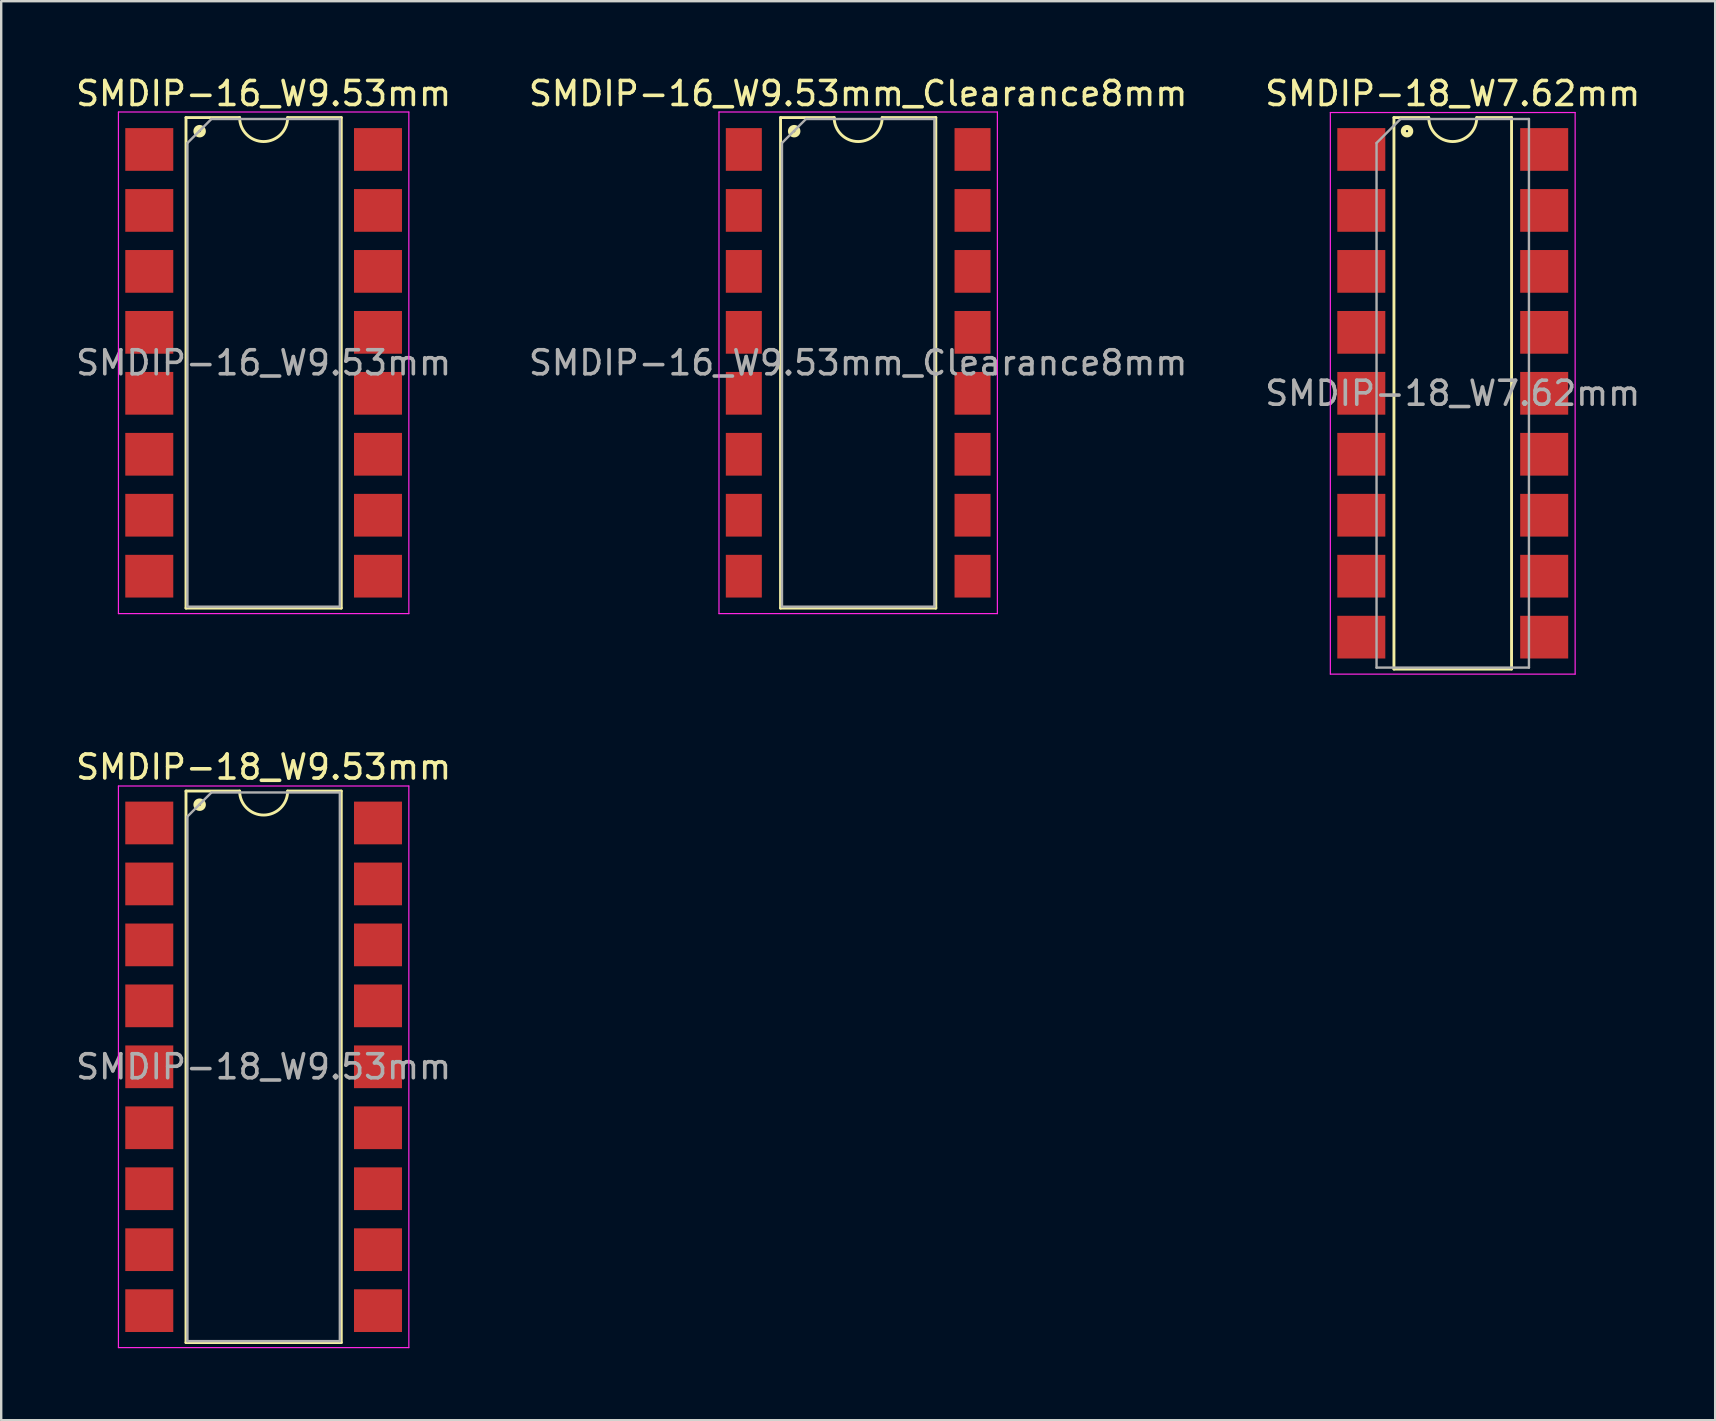
<source format=kicad_pcb>
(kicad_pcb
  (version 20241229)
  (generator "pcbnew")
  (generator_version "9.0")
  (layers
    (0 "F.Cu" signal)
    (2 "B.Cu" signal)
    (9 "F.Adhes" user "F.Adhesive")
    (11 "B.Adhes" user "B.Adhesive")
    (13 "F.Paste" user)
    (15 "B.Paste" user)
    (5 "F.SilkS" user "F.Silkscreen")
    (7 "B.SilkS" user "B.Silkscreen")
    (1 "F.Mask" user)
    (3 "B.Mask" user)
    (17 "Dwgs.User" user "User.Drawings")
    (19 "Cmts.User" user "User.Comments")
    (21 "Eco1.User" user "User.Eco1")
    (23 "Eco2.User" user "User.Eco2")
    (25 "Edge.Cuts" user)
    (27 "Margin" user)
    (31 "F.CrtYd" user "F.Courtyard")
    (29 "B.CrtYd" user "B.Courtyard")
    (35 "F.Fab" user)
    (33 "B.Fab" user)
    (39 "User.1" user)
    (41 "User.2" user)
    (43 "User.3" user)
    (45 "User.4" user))
  (footprint "SMDIP-18_W7.62mm"
    (layer "F.Cu")
    (at 57.482 13.338)
    (property "Reference" "SMDIP-18_W7.62mm" (at 0 -12.49 0) (layer "F.SilkS") (effects (font (size 1 1) (thickness 0.15))))
    (attr smd)
    (fp_line (start -2.45 -11.49) (end -2.45 11.49) (stroke (width 0.12) (type solid)) (layer "F.SilkS"))
    (fp_line (start -2.45 11.49) (end 2.45 11.49) (stroke (width 0.12) (type solid)) (layer "F.SilkS"))
    (fp_line (start -1 -11.49) (end -2.45 -11.49) (stroke (width 0.12) (type solid)) (layer "F.SilkS"))
    (fp_line (start 2.45 -11.49) (end 1 -11.49) (stroke (width 0.12) (type solid)) (layer "F.SilkS"))
    (fp_line (start 2.45 11.49) (end 2.45 -11.49) (stroke (width 0.12) (type solid)) (layer "F.SilkS"))
    (fp_arc (start 1 -11.49) (mid 0 -10.49) (end -1 -11.49) (stroke (width 0.12) (type solid)) (layer "F.SilkS"))
    (fp_circle (center -1.905 -10.922) (end -1.855 -10.922) (stroke (width 0.12) (type solid)) (fill no) (layer "F.SilkS"))
    (fp_circle (center -1.905 -10.922) (end -1.78 -10.922) (stroke (width 0.12) (type solid)) (fill no) (layer "F.SilkS"))
    (fp_circle (center -1.905 -10.922) (end -1.705 -10.922) (stroke (width 0.12) (type solid)) (fill no) (layer "F.SilkS"))
    (fp_line (start -5.1 -11.7) (end -5.1 11.7) (stroke (width 0.05) (type solid)) (layer "F.CrtYd"))
    (fp_line (start -5.1 11.7) (end 5.1 11.7) (stroke (width 0.05) (type solid)) (layer "F.CrtYd"))
    (fp_line (start 5.1 -11.7) (end -5.1 -11.7) (stroke (width 0.05) (type solid)) (layer "F.CrtYd"))
    (fp_line (start 5.1 11.7) (end 5.1 -11.7) (stroke (width 0.05) (type solid)) (layer "F.CrtYd"))
    (fp_line (start -3.175 -10.43) (end -2.175 -11.43) (stroke (width 0.1) (type solid)) (layer "F.Fab"))
    (fp_line (start -3.175 11.43) (end -3.175 -10.43) (stroke (width 0.1) (type solid)) (layer "F.Fab"))
    (fp_line (start -2.175 -11.43) (end 3.175 -11.43) (stroke (width 0.1) (type solid)) (layer "F.Fab"))
    (fp_line (start 3.175 -11.43) (end 3.175 11.43) (stroke (width 0.1) (type solid)) (layer "F.Fab"))
    (fp_line (start 3.175 11.43) (end -3.175 11.43) (stroke (width 0.1) (type solid)) (layer "F.Fab"))
    (fp_text user "${REFERENCE}" (at 0 0 0) (layer "F.Fab") (effects (font (size 1 1) (thickness 0.15))))
    (pad "1" smd rect (at -3.81 -10.16) (size 2 1.78) (layers "F.Cu" "F.Mask" "F.Paste"))
    (pad "2" smd rect (at -3.81 -7.62) (size 2 1.78) (layers "F.Cu" "F.Mask" "F.Paste"))
    (pad "3" smd rect (at -3.81 -5.08) (size 2 1.78) (layers "F.Cu" "F.Mask" "F.Paste"))
    (pad "4" smd rect (at -3.81 -2.54) (size 2 1.78) (layers "F.Cu" "F.Mask" "F.Paste"))
    (pad "5" smd rect (at -3.81 0) (size 2 1.78) (layers "F.Cu" "F.Mask" "F.Paste"))
    (pad "6" smd rect (at -3.81 2.54) (size 2 1.78) (layers "F.Cu" "F.Mask" "F.Paste"))
    (pad "7" smd rect (at -3.81 5.08) (size 2 1.78) (layers "F.Cu" "F.Mask" "F.Paste"))
    (pad "8" smd rect (at -3.81 7.62) (size 2 1.78) (layers "F.Cu" "F.Mask" "F.Paste"))
    (pad "9" smd rect (at -3.81 10.16) (size 2 1.78) (layers "F.Cu" "F.Mask" "F.Paste"))
    (pad "10" smd rect (at 3.81 10.16) (size 2 1.78) (layers "F.Cu" "F.Mask" "F.Paste"))
    (pad "11" smd rect (at 3.81 7.62) (size 2 1.78) (layers "F.Cu" "F.Mask" "F.Paste"))
    (pad "12" smd rect (at 3.81 5.08) (size 2 1.78) (layers "F.Cu" "F.Mask" "F.Paste"))
    (pad "13" smd rect (at 3.81 2.54) (size 2 1.78) (layers "F.Cu" "F.Mask" "F.Paste"))
    (pad "14" smd rect (at 3.81 0) (size 2 1.78) (layers "F.Cu" "F.Mask" "F.Paste"))
    (pad "15" smd rect (at 3.81 -2.54) (size 2 1.78) (layers "F.Cu" "F.Mask" "F.Paste"))
    (pad "16" smd rect (at 3.81 -5.08) (size 2 1.78) (layers "F.Cu" "F.Mask" "F.Paste"))
    (pad "17" smd rect (at 3.81 -7.62) (size 2 1.78) (layers "F.Cu" "F.Mask" "F.Paste"))
    (pad "18" smd rect (at 3.81 -10.16) (size 2 1.78) (layers "F.Cu" "F.Mask" "F.Paste")))
  (footprint "SMDIP-16_W9.53mm"
    (layer "F.Cu")
    (at 7.935 12.068)
    (property "Reference" "SMDIP-16_W9.53mm" (at 0 -11.22 0) (layer "F.SilkS") (effects (font (size 1 1) (thickness 0.15))))
    (attr smd)
    (fp_line (start -3.235 -10.22) (end -3.235 10.22) (stroke (width 0.12) (type solid)) (layer "F.SilkS"))
    (fp_line (start -3.235 10.22) (end 3.235 10.22) (stroke (width 0.12) (type solid)) (layer "F.SilkS"))
    (fp_line (start -1 -10.22) (end -3.235 -10.22) (stroke (width 0.12) (type solid)) (layer "F.SilkS"))
    (fp_line (start 3.235 -10.22) (end 1 -10.22) (stroke (width 0.12) (type solid)) (layer "F.SilkS"))
    (fp_line (start 3.235 10.22) (end 3.235 -10.22) (stroke (width 0.12) (type solid)) (layer "F.SilkS"))
    (fp_arc (start 1 -10.22) (mid 0 -9.22) (end -1 -10.22) (stroke (width 0.12) (type solid)) (layer "F.SilkS"))
    (fp_circle (center -2.667 -9.652) (end -2.617 -9.652) (stroke (width 0.12) (type solid)) (fill no) (layer "F.SilkS"))
    (fp_circle (center -2.667 -9.652) (end -2.542 -9.652) (stroke (width 0.12) (type solid)) (fill no) (layer "F.SilkS"))
    (fp_circle (center -2.667 -9.652) (end -2.467 -9.652) (stroke (width 0.12) (type solid)) (fill no) (layer "F.SilkS"))
    (fp_line (start -6.05 -10.45) (end -6.05 10.45) (stroke (width 0.05) (type solid)) (layer "F.CrtYd"))
    (fp_line (start -6.05 10.45) (end 6.05 10.45) (stroke (width 0.05) (type solid)) (layer "F.CrtYd"))
    (fp_line (start 6.05 -10.45) (end -6.05 -10.45) (stroke (width 0.05) (type solid)) (layer "F.CrtYd"))
    (fp_line (start 6.05 10.45) (end 6.05 -10.45) (stroke (width 0.05) (type solid)) (layer "F.CrtYd"))
    (fp_line (start -3.175 -9.16) (end -2.175 -10.16) (stroke (width 0.1) (type solid)) (layer "F.Fab"))
    (fp_line (start -3.175 10.16) (end -3.175 -9.16) (stroke (width 0.1) (type solid)) (layer "F.Fab"))
    (fp_line (start -2.175 -10.16) (end 3.175 -10.16) (stroke (width 0.1) (type solid)) (layer "F.Fab"))
    (fp_line (start 3.175 -10.16) (end 3.175 10.16) (stroke (width 0.1) (type solid)) (layer "F.Fab"))
    (fp_line (start 3.175 10.16) (end -3.175 10.16) (stroke (width 0.1) (type solid)) (layer "F.Fab"))
    (fp_text user "${REFERENCE}" (at 0 0 0) (layer "F.Fab") (effects (font (size 1 1) (thickness 0.15))))
    (pad "1" smd rect (at -4.765 -8.89) (size 2 1.78) (layers "F.Cu" "F.Mask" "F.Paste"))
    (pad "2" smd rect (at -4.765 -6.35) (size 2 1.78) (layers "F.Cu" "F.Mask" "F.Paste"))
    (pad "3" smd rect (at -4.765 -3.81) (size 2 1.78) (layers "F.Cu" "F.Mask" "F.Paste"))
    (pad "4" smd rect (at -4.765 -1.27) (size 2 1.78) (layers "F.Cu" "F.Mask" "F.Paste"))
    (pad "5" smd rect (at -4.765 1.27) (size 2 1.78) (layers "F.Cu" "F.Mask" "F.Paste"))
    (pad "6" smd rect (at -4.765 3.81) (size 2 1.78) (layers "F.Cu" "F.Mask" "F.Paste"))
    (pad "7" smd rect (at -4.765 6.35) (size 2 1.78) (layers "F.Cu" "F.Mask" "F.Paste"))
    (pad "8" smd rect (at -4.765 8.89) (size 2 1.78) (layers "F.Cu" "F.Mask" "F.Paste"))
    (pad "9" smd rect (at 4.765 8.89) (size 2 1.78) (layers "F.Cu" "F.Mask" "F.Paste"))
    (pad "10" smd rect (at 4.765 6.35) (size 2 1.78) (layers "F.Cu" "F.Mask" "F.Paste"))
    (pad "11" smd rect (at 4.765 3.81) (size 2 1.78) (layers "F.Cu" "F.Mask" "F.Paste"))
    (pad "12" smd rect (at 4.765 1.27) (size 2 1.78) (layers "F.Cu" "F.Mask" "F.Paste"))
    (pad "13" smd rect (at 4.765 -1.27) (size 2 1.78) (layers "F.Cu" "F.Mask" "F.Paste"))
    (pad "14" smd rect (at 4.765 -3.81) (size 2 1.78) (layers "F.Cu" "F.Mask" "F.Paste"))
    (pad "15" smd rect (at 4.765 -6.35) (size 2 1.78) (layers "F.Cu" "F.Mask" "F.Paste"))
    (pad "16" smd rect (at 4.765 -8.89) (size 2 1.78) (layers "F.Cu" "F.Mask" "F.Paste")))
  (footprint "SMDIP-18_W9.53mm"
    (layer "F.Cu")
    (at 7.935 41.401)
    (property "Reference" "SMDIP-18_W9.53mm" (at 0 -12.49 0) (layer "F.SilkS") (effects (font (size 1 1) (thickness 0.15))))
    (attr smd)
    (fp_line (start -3.235 -11.49) (end -3.235 11.49) (stroke (width 0.12) (type solid)) (layer "F.SilkS"))
    (fp_line (start -3.235 11.49) (end 3.235 11.49) (stroke (width 0.12) (type solid)) (layer "F.SilkS"))
    (fp_line (start -1 -11.49) (end -3.235 -11.49) (stroke (width 0.12) (type solid)) (layer "F.SilkS"))
    (fp_line (start 3.235 -11.49) (end 1 -11.49) (stroke (width 0.12) (type solid)) (layer "F.SilkS"))
    (fp_line (start 3.235 11.49) (end 3.235 -11.49) (stroke (width 0.12) (type solid)) (layer "F.SilkS"))
    (fp_arc (start 1 -11.49) (mid 0 -10.49) (end -1 -11.49) (stroke (width 0.12) (type solid)) (layer "F.SilkS"))
    (fp_circle (center -2.667 -10.922) (end -2.617 -10.922) (stroke (width 0.12) (type solid)) (fill no) (layer "F.SilkS"))
    (fp_circle (center -2.667 -10.922) (end -2.542 -10.922) (stroke (width 0.12) (type solid)) (fill no) (layer "F.SilkS"))
    (fp_circle (center -2.667 -10.922) (end -2.467 -10.922) (stroke (width 0.12) (type solid)) (fill no) (layer "F.SilkS"))
    (fp_line (start -6.05 -11.7) (end -6.05 11.7) (stroke (width 0.05) (type solid)) (layer "F.CrtYd"))
    (fp_line (start -6.05 11.7) (end 6.05 11.7) (stroke (width 0.05) (type solid)) (layer "F.CrtYd"))
    (fp_line (start 6.05 -11.7) (end -6.05 -11.7) (stroke (width 0.05) (type solid)) (layer "F.CrtYd"))
    (fp_line (start 6.05 11.7) (end 6.05 -11.7) (stroke (width 0.05) (type solid)) (layer "F.CrtYd"))
    (fp_line (start -3.175 -10.43) (end -2.175 -11.43) (stroke (width 0.1) (type solid)) (layer "F.Fab"))
    (fp_line (start -3.175 11.43) (end -3.175 -10.43) (stroke (width 0.1) (type solid)) (layer "F.Fab"))
    (fp_line (start -2.175 -11.43) (end 3.175 -11.43) (stroke (width 0.1) (type solid)) (layer "F.Fab"))
    (fp_line (start 3.175 -11.43) (end 3.175 11.43) (stroke (width 0.1) (type solid)) (layer "F.Fab"))
    (fp_line (start 3.175 11.43) (end -3.175 11.43) (stroke (width 0.1) (type solid)) (layer "F.Fab"))
    (fp_text user "${REFERENCE}" (at 0 0 0) (layer "F.Fab") (effects (font (size 1 1) (thickness 0.15))))
    (pad "1" smd rect (at -4.765 -10.16) (size 2 1.78) (layers "F.Cu" "F.Mask" "F.Paste"))
    (pad "2" smd rect (at -4.765 -7.62) (size 2 1.78) (layers "F.Cu" "F.Mask" "F.Paste"))
    (pad "3" smd rect (at -4.765 -5.08) (size 2 1.78) (layers "F.Cu" "F.Mask" "F.Paste"))
    (pad "4" smd rect (at -4.765 -2.54) (size 2 1.78) (layers "F.Cu" "F.Mask" "F.Paste"))
    (pad "5" smd rect (at -4.765 0) (size 2 1.78) (layers "F.Cu" "F.Mask" "F.Paste"))
    (pad "6" smd rect (at -4.765 2.54) (size 2 1.78) (layers "F.Cu" "F.Mask" "F.Paste"))
    (pad "7" smd rect (at -4.765 5.08) (size 2 1.78) (layers "F.Cu" "F.Mask" "F.Paste"))
    (pad "8" smd rect (at -4.765 7.62) (size 2 1.78) (layers "F.Cu" "F.Mask" "F.Paste"))
    (pad "9" smd rect (at -4.765 10.16) (size 2 1.78) (layers "F.Cu" "F.Mask" "F.Paste"))
    (pad "10" smd rect (at 4.765 10.16) (size 2 1.78) (layers "F.Cu" "F.Mask" "F.Paste"))
    (pad "11" smd rect (at 4.765 7.62) (size 2 1.78) (layers "F.Cu" "F.Mask" "F.Paste"))
    (pad "12" smd rect (at 4.765 5.08) (size 2 1.78) (layers "F.Cu" "F.Mask" "F.Paste"))
    (pad "13" smd rect (at 4.765 2.54) (size 2 1.78) (layers "F.Cu" "F.Mask" "F.Paste"))
    (pad "14" smd rect (at 4.765 0) (size 2 1.78) (layers "F.Cu" "F.Mask" "F.Paste"))
    (pad "15" smd rect (at 4.765 -2.54) (size 2 1.78) (layers "F.Cu" "F.Mask" "F.Paste"))
    (pad "16" smd rect (at 4.765 -5.08) (size 2 1.78) (layers "F.Cu" "F.Mask" "F.Paste"))
    (pad "17" smd rect (at 4.765 -7.62) (size 2 1.78) (layers "F.Cu" "F.Mask" "F.Paste"))
    (pad "18" smd rect (at 4.765 -10.16) (size 2 1.78) (layers "F.Cu" "F.Mask" "F.Paste")))
  (footprint "SMDIP-16_W9.53mm_Clearance8mm"
    (layer "F.Cu")
    (at 32.708 12.068)
    (property "Reference" "SMDIP-16_W9.53mm_Clearance8mm" (at 0 -11.22 0) (layer "F.SilkS") (effects (font (size 1 1) (thickness 0.15))))
    (attr smd)
    (fp_line (start -3.235 -10.22) (end -3.235 10.22) (stroke (width 0.12) (type solid)) (layer "F.SilkS"))
    (fp_line (start -3.235 10.22) (end 3.235 10.22) (stroke (width 0.12) (type solid)) (layer "F.SilkS"))
    (fp_line (start -1 -10.22) (end -3.235 -10.22) (stroke (width 0.12) (type solid)) (layer "F.SilkS"))
    (fp_line (start 3.235 -10.22) (end 1 -10.22) (stroke (width 0.12) (type solid)) (layer "F.SilkS"))
    (fp_line (start 3.235 10.22) (end 3.235 -10.22) (stroke (width 0.12) (type solid)) (layer "F.SilkS"))
    (fp_arc (start 1 -10.22) (mid 0 -9.22) (end -1 -10.22) (stroke (width 0.12) (type solid)) (layer "F.SilkS"))
    (fp_circle (center -2.667 -9.652) (end -2.617 -9.652) (stroke (width 0.12) (type solid)) (fill no) (layer "F.SilkS"))
    (fp_circle (center -2.667 -9.652) (end -2.542 -9.652) (stroke (width 0.12) (type solid)) (fill no) (layer "F.SilkS"))
    (fp_circle (center -2.667 -9.652) (end -2.467 -9.652) (stroke (width 0.12) (type solid)) (fill no) (layer "F.SilkS"))
    (fp_line (start -5.8 -10.45) (end -5.8 10.45) (stroke (width 0.05) (type solid)) (layer "F.CrtYd"))
    (fp_line (start -5.8 10.45) (end 5.8 10.45) (stroke (width 0.05) (type solid)) (layer "F.CrtYd"))
    (fp_line (start 5.8 -10.45) (end -5.8 -10.45) (stroke (width 0.05) (type solid)) (layer "F.CrtYd"))
    (fp_line (start 5.8 10.45) (end 5.8 -10.45) (stroke (width 0.05) (type solid)) (layer "F.CrtYd"))
    (fp_line (start -3.175 -9.16) (end -2.175 -10.16) (stroke (width 0.1) (type solid)) (layer "F.Fab"))
    (fp_line (start -3.175 10.16) (end -3.175 -9.16) (stroke (width 0.1) (type solid)) (layer "F.Fab"))
    (fp_line (start -2.175 -10.16) (end 3.175 -10.16) (stroke (width 0.1) (type solid)) (layer "F.Fab"))
    (fp_line (start 3.175 -10.16) (end 3.175 10.16) (stroke (width 0.1) (type solid)) (layer "F.Fab"))
    (fp_line (start 3.175 10.16) (end -3.175 10.16) (stroke (width 0.1) (type solid)) (layer "F.Fab"))
    (fp_text user "${REFERENCE}" (at 0 0 0) (layer "F.Fab") (effects (font (size 1 1) (thickness 0.15))))
    (pad "1" smd rect (at -4.765 -8.89) (size 1.5 1.78) (layers "F.Cu" "F.Mask" "F.Paste"))
    (pad "2" smd rect (at -4.765 -6.35) (size 1.5 1.78) (layers "F.Cu" "F.Mask" "F.Paste"))
    (pad "3" smd rect (at -4.765 -3.81) (size 1.5 1.78) (layers "F.Cu" "F.Mask" "F.Paste"))
    (pad "4" smd rect (at -4.765 -1.27) (size 1.5 1.78) (layers "F.Cu" "F.Mask" "F.Paste"))
    (pad "5" smd rect (at -4.765 1.27) (size 1.5 1.78) (layers "F.Cu" "F.Mask" "F.Paste"))
    (pad "6" smd rect (at -4.765 3.81) (size 1.5 1.78) (layers "F.Cu" "F.Mask" "F.Paste"))
    (pad "7" smd rect (at -4.765 6.35) (size 1.5 1.78) (layers "F.Cu" "F.Mask" "F.Paste"))
    (pad "8" smd rect (at -4.765 8.89) (size 1.5 1.78) (layers "F.Cu" "F.Mask" "F.Paste"))
    (pad "9" smd rect (at 4.765 8.89) (size 1.5 1.78) (layers "F.Cu" "F.Mask" "F.Paste"))
    (pad "10" smd rect (at 4.765 6.35) (size 1.5 1.78) (layers "F.Cu" "F.Mask" "F.Paste"))
    (pad "11" smd rect (at 4.765 3.81) (size 1.5 1.78) (layers "F.Cu" "F.Mask" "F.Paste"))
    (pad "12" smd rect (at 4.765 1.27) (size 1.5 1.78) (layers "F.Cu" "F.Mask" "F.Paste"))
    (pad "13" smd rect (at 4.765 -1.27) (size 1.5 1.78) (layers "F.Cu" "F.Mask" "F.Paste"))
    (pad "14" smd rect (at 4.765 -3.81) (size 1.5 1.78) (layers "F.Cu" "F.Mask" "F.Paste"))
    (pad "15" smd rect (at 4.765 -6.35) (size 1.5 1.78) (layers "F.Cu" "F.Mask" "F.Paste"))
    (pad "16" smd rect (at 4.765 -8.89) (size 1.5 1.78) (layers "F.Cu" "F.Mask" "F.Paste")))
  (gr_rect
    (start -3 -3)
    (end 68.417 56.127)
    (stroke (width 0.1) (type default))
    (fill no)
    (layer "Edge.Cuts")))
</source>
